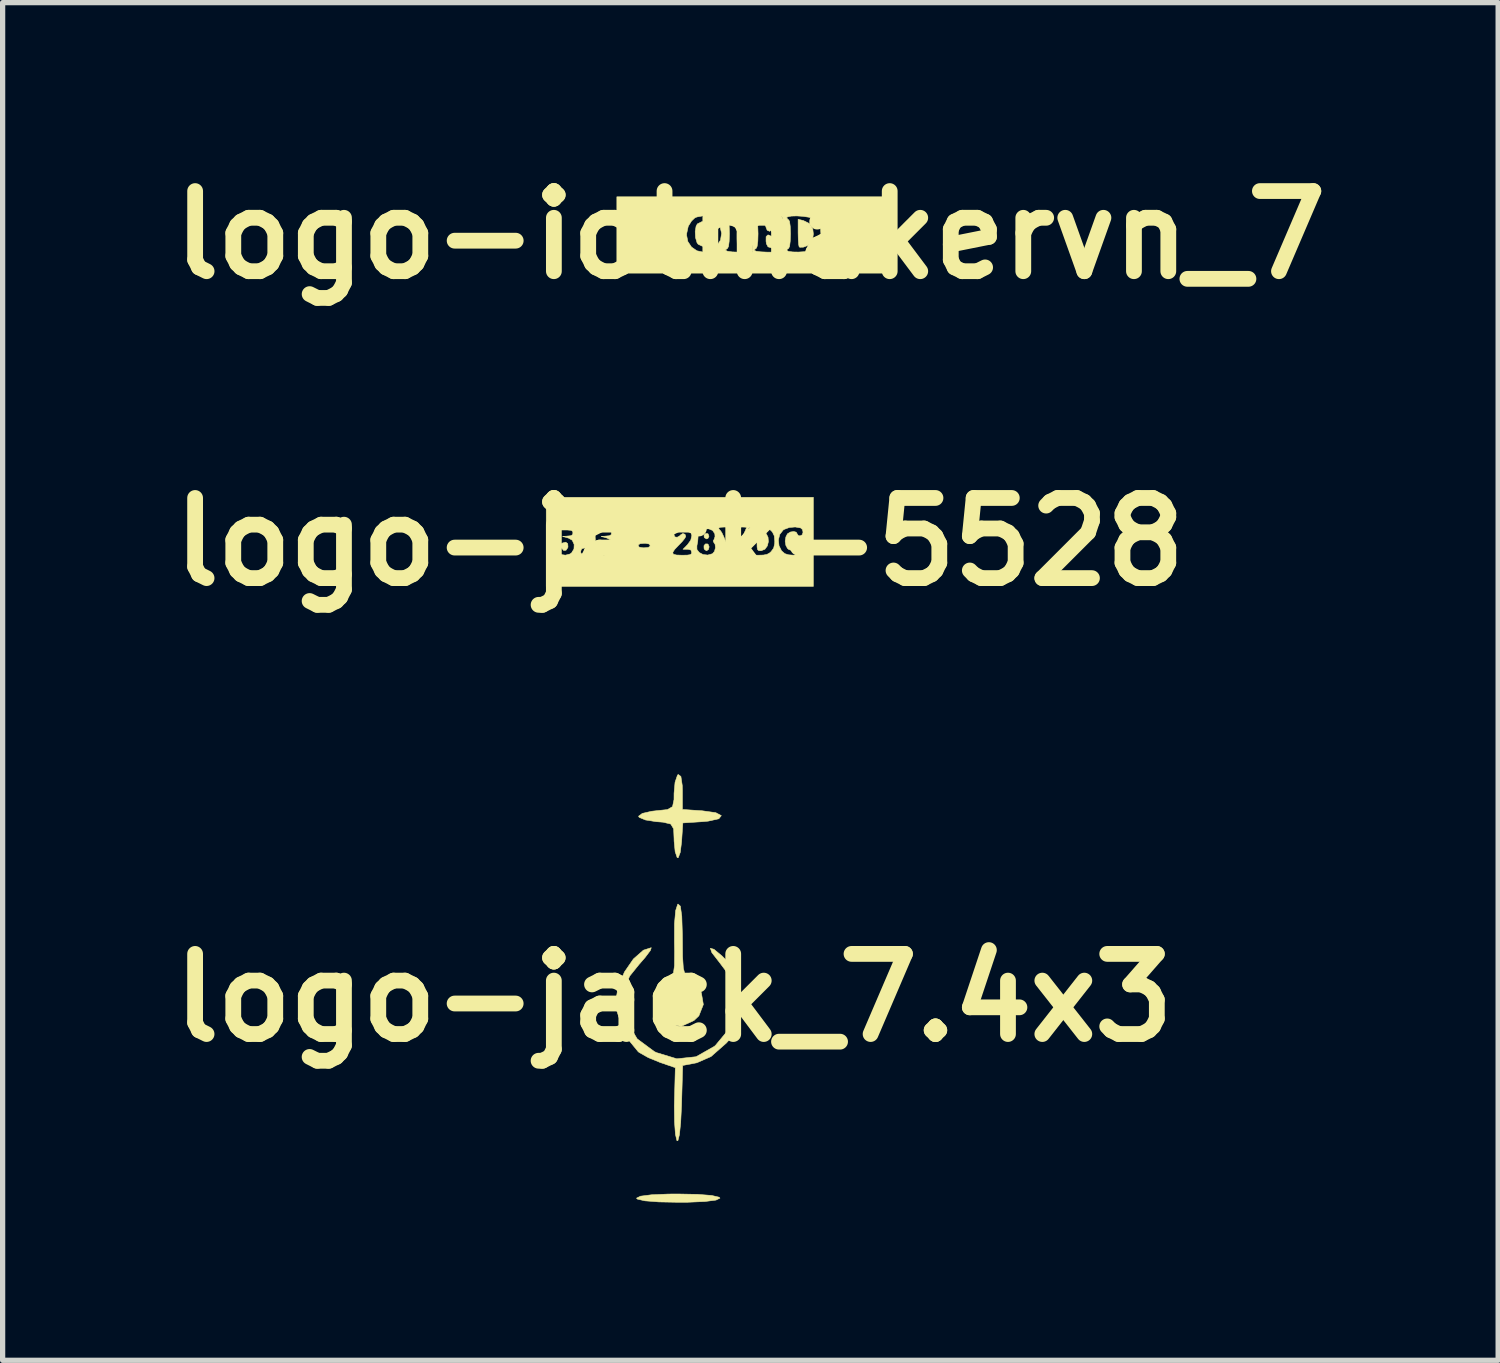
<source format=kicad_pcb>
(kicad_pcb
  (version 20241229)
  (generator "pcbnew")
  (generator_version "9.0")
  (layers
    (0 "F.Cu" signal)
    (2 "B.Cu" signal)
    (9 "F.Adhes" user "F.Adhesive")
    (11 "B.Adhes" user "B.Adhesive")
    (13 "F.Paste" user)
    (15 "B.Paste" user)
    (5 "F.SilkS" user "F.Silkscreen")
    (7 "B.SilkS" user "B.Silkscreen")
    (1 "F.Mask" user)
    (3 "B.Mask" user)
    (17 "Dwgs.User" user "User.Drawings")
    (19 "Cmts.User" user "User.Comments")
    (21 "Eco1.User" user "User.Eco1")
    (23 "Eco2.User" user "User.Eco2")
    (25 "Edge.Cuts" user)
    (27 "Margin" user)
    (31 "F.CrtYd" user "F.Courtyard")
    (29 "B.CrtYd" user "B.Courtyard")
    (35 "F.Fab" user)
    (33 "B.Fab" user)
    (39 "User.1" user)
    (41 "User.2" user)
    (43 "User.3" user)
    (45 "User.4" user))
  (footprint "logo-iotmakervn_7"
    (layer "F.Cu")
    (at 11.22 1.418)
    (property "Reference" "logo-iotmakervn_7" (at 0 0 0) (layer "F.SilkS") (effects (font (size 1.524 1.524) (thickness 0.3))))
    (attr through_hole)
    (fp_poly (pts (xy -0.823 -0.244) (xy -0.745 -0.185) (xy -0.732 -0.162) (xy -0.693 -0.031) (xy -0.713 0.08) (xy -0.746 0.137) (xy -0.823 0.201) (xy -0.915 0.214) (xy -0.993 0.177) (xy -1.015 0.148) (xy -1.044 0.05) (xy -1.05 -0.066) (xy -1.033 -0.167) (xy -1.009 -0.21) (xy -0.921 -0.254) (xy -0.823 -0.244)) (stroke (width 0.01) (type solid)) (fill yes) (layer "F.SilkS"))
    (fp_poly (pts (xy 1.007 -0.274) (xy 1.124 -0.216) (xy 1.186 -0.112) (xy 1.197 -0.018) (xy 1.183 0.081) (xy 1.152 0.152) (xy 1.089 0.201) (xy 1.008 0.232) (xy 0.941 0.234) (xy 0.927 0.226) (xy 0.917 0.182) (xy 0.91 0.086) (xy 0.907 -0.042) (xy 0.907 -0.046) (xy 0.907 -0.298) (xy 1.007 -0.274)) (stroke (width 0.01) (type solid)) (fill yes) (layer "F.SilkS"))
    (fp_poly (pts (xy 2.54 0.726) (xy -2.54 0.726) (xy -2.54 -0.008) (xy -1.216 -0.008) (xy -1.19 0.125) (xy -1.12 0.23) (xy -1.017 0.301) (xy -0.895 0.327) (xy -0.765 0.301) (xy -0.65 0.221) (xy -0.569 0.098) (xy -0.548 -0.032) (xy -0.578 -0.156) (xy -0.649 -0.261) (xy -0.74 -0.327) (xy -0.472 -0.327) (xy -0.444 -0.291) (xy -0.435 -0.29) (xy -0.417 -0.257) (xy -0.404 -0.165) (xy -0.399 -0.031) (xy -0.399 -0.018) (xy -0.404 0.119) (xy -0.416 0.215) (xy -0.434 0.254) (xy -0.435 0.254) (xy -0.471 0.282) (xy -0.472 0.29) (xy -0.438 0.309) (xy -0.348 0.322) (xy -0.218 0.327) (xy 0.036 0.327) (xy 0.036 0.218) (xy 0.021 0.137) (xy -0.012 0.11) (xy -0.049 0.146) (xy -0.062 0.181) (xy -0.111 0.242) (xy -0.168 0.254) (xy -0.212 0.25) (xy -0.237 0.228) (xy -0.25 0.173) (xy -0.254 0.069) (xy -0.254 -0.018) (xy -0.249 -0.155) (xy -0.237 -0.251) (xy -0.219 -0.29) (xy -0.218 -0.29) (xy -0.182 -0.318) (xy -0.181 -0.327) (xy 0.073 -0.327) (xy 0.1 -0.291) (xy 0.109 -0.29) (xy 0.127 -0.257) (xy 0.14 -0.165) (xy 0.145 -0.031) (xy 0.145 -0.018) (xy 0.141 0.119) (xy 0.128 0.215) (xy 0.111 0.254) (xy 0.109 0.254) (xy 0.074 0.282) (xy 0.073 0.29) (xy 0.106 0.309) (xy 0.198 0.321) (xy 0.332 0.327) (xy 0.345 0.327) (xy 0.617 0.327) (xy 0.617 0.218) (xy 0.604 0.134) (xy 0.573 0.112) (xy 0.536 0.155) (xy 0.525 0.184) (xy 0.485 0.239) (xy 0.405 0.247) (xy 0.335 0.226) (xy 0.304 0.167) (xy 0.297 0.118) (xy 0.298 0.033) (xy 0.329 0.001) (xy 0.344 0) (xy 0.406 0.029) (xy 0.422 0.054) (xy 0.457 0.106) (xy 0.488 0.093) (xy 0.506 0.023) (xy 0.508 -0.018) (xy 0.496 -0.11) (xy 0.465 -0.146) (xy 0.424 -0.119) (xy 0.417 -0.109) (xy 0.367 -0.069) (xy 0.319 -0.089) (xy 0.292 -0.158) (xy 0.29 -0.181) (xy 0.3 -0.259) (xy 0.342 -0.288) (xy 0.377 -0.29) (xy 0.452 -0.27) (xy 0.485 -0.236) (xy 0.529 -0.184) (xy 0.581 -0.19) (xy 0.614 -0.245) (xy 0.617 -0.272) (xy 0.613 -0.318) (xy 0.607 -0.327) (xy 0.689 -0.327) (xy 0.717 -0.291) (xy 0.726 -0.29) (xy 0.744 -0.257) (xy 0.757 -0.165) (xy 0.762 -0.031) (xy 0.762 -0.018) (xy 0.757 0.119) (xy 0.745 0.215) (xy 0.727 0.254) (xy 0.726 0.254) (xy 0.69 0.282) (xy 0.689 0.29) (xy 0.722 0.312) (xy 0.804 0.323) (xy 0.913 0.325) (xy 1.028 0.318) (xy 1.127 0.301) (xy 1.173 0.284) (xy 1.282 0.199) (xy 1.334 0.082) (xy 1.341 -0.006) (xy 1.332 -0.144) (xy 1.296 -0.233) (xy 1.22 -0.296) (xy 1.195 -0.31) (xy 1.113 -0.337) (xy 1.001 -0.354) (xy 0.883 -0.362) (xy 0.777 -0.359) (xy 0.707 -0.344) (xy 0.689 -0.327) (xy 0.607 -0.327) (xy 0.593 -0.345) (xy 0.54 -0.358) (xy 0.44 -0.363) (xy 0.345 -0.363) (xy 0.208 -0.358) (xy 0.112 -0.346) (xy 0.073 -0.328) (xy 0.073 -0.327) (xy -0.181 -0.327) (xy -0.214 -0.349) (xy -0.294 -0.362) (xy -0.327 -0.363) (xy -0.417 -0.355) (xy -0.468 -0.335) (xy -0.472 -0.327) (xy -0.74 -0.327) (xy -0.753 -0.336) (xy -0.879 -0.367) (xy -1.018 -0.342) (xy -1.058 -0.324) (xy -1.12 -0.265) (xy -1.178 -0.172) (xy -1.184 -0.157) (xy -1.216 -0.008) (xy -2.54 -0.008) (xy -2.54 -0.726) (xy 2.54 -0.726) (xy 2.54 0.726)) (stroke (width 0.01) (type solid)) (fill yes) (layer "F.SilkS")))
  (footprint "logo-jack_7.4x3"
    (layer "F.Cu")
    (at 9.768 15.924)
    (property "Reference" "logo-jack_7.4x3" (at 0 0 0) (layer "F.SilkS") (effects (font (size 1.524 1.524) (thickness 0.3))))
    (attr through_hole)
    (fp_poly (pts (xy 0.448 3.738) (xy 0.715 3.759) (xy 0.856 3.792) (xy 0.873 3.81) (xy 0.798 3.847) (xy 0.587 3.874) (xy 0.263 3.888) (xy 0.079 3.889) (xy -0.289 3.882) (xy -0.556 3.861) (xy -0.698 3.828) (xy -0.714 3.81) (xy -0.639 3.773) (xy -0.428 3.746) (xy -0.104 3.732) (xy 0.079 3.731) (xy 0.448 3.738)) (stroke (width 0.01) (type solid)) (fill yes) (layer "F.SilkS"))
    (fp_poly (pts (xy 0.12 -1.742) (xy 0.147 -1.55) (xy 0.158 -1.204) (xy 0.159 -1.125) (xy 0.162 -0.784) (xy 0.176 -0.565) (xy 0.211 -0.431) (xy 0.274 -0.346) (xy 0.357 -0.285) (xy 0.518 -0.1) (xy 0.557 0.128) (xy 0.472 0.343) (xy 0.379 0.432) (xy 0.136 0.544) (xy -0.072 0.507) (xy -0.186 0.41) (xy -0.301 0.188) (xy -0.297 -0.05) (xy -0.177 -0.245) (xy -0.147 -0.269) (xy -0.064 -0.343) (xy -0.015 -0.445) (xy 0.008 -0.612) (xy 0.01 -0.883) (xy 0.007 -1.06) (xy 0.008 -1.408) (xy 0.03 -1.657) (xy 0.069 -1.778) (xy 0.075 -1.783) (xy 0.12 -1.742)) (stroke (width 0.01) (type solid)) (fill yes) (layer "F.SilkS"))
    (fp_poly (pts (xy 0.13 -4.209) (xy 0.156 -4.037) (xy 0.159 -3.938) (xy 0.159 -3.581) (xy 0.536 -3.556) (xy 0.794 -3.52) (xy 0.899 -3.464) (xy 0.851 -3.404) (xy 0.648 -3.359) (xy 0.54 -3.349) (xy 0.167 -3.325) (xy 0.143 -2.965) (xy 0.118 -2.766) (xy 0.08 -2.665) (xy 0.06 -2.665) (xy 0.021 -2.778) (xy 0.001 -2.979) (xy 0 -3.025) (xy -0.008 -3.213) (xy -0.063 -3.304) (xy -0.209 -3.339) (xy -0.337 -3.349) (xy -0.543 -3.381) (xy -0.663 -3.431) (xy -0.675 -3.453) (xy -0.604 -3.506) (xy -0.426 -3.547) (xy -0.337 -3.557) (xy -0.126 -3.579) (xy -0.029 -3.635) (xy -0.001 -3.768) (xy 0 -3.889) (xy 0.019 -4.099) (xy 0.065 -4.233) (xy 0.079 -4.247) (xy 0.13 -4.209)) (stroke (width 0.01) (type solid)) (fill yes) (layer "F.SilkS"))
    (fp_poly (pts (xy -0.45 -0.9) (xy -0.552 -0.765) (xy -0.665 -0.635) (xy -0.843 -0.414) (xy -0.929 -0.22) (xy -0.952 0.018) (xy -0.953 0.048) (xy -0.891 0.46) (xy -0.701 0.781) (xy -0.376 1.022) (xy -0.336 1.042) (xy 0.053 1.16) (xy 0.418 1.121) (xy 0.764 0.925) (xy 0.786 0.907) (xy 1.04 0.6) (xy 1.158 0.239) (xy 1.139 -0.143) (xy 0.982 -0.515) (xy 0.861 -0.676) (xy 0.719 -0.859) (xy 0.69 -0.942) (xy 0.759 -0.922) (xy 0.913 -0.794) (xy 0.994 -0.713) (xy 1.128 -0.547) (xy 1.205 -0.365) (xy 1.245 -0.108) (xy 1.255 0.031) (xy 1.267 0.312) (xy 1.247 0.496) (xy 1.175 0.645) (xy 1.032 0.819) (xy 0.994 0.861) (xy 0.702 1.118) (xy 0.432 1.236) (xy 0.164 1.287) (xy 0.142 2.052) (xy 0.126 2.372) (xy 0.102 2.603) (xy 0.073 2.717) (xy 0.055 2.718) (xy 0.026 2.596) (xy 0.009 2.36) (xy 0.005 2.057) (xy 0.007 1.974) (xy 0.024 1.329) (xy -0.267 1.229) (xy -0.491 1.137) (xy -0.664 1.039) (xy -0.681 1.026) (xy -0.844 0.827) (xy -0.991 0.543) (xy -1.089 0.248) (xy -1.111 0.079) (xy -1.065 -0.204) (xy -0.943 -0.491) (xy -0.773 -0.738) (xy -0.583 -0.905) (xy -0.433 -0.953) (xy -0.45 -0.9)) (stroke (width 0.01) (type solid)) (fill yes) (layer "F.SilkS")))
  (footprint "logo-jack-5528"
    (layer "F.Cu")
    (at 9.877 7.254)
    (property "Reference" "logo-jack-5528" (at 0 0 0) (layer "F.SilkS") (effects (font (size 1.524 1.524) (thickness 0.3))))
    (attr through_hole)
    (fp_poly (pts (xy 0.532 -0.156) (xy 0.539 -0.149) (xy 0.555 -0.105) (xy 0.535 -0.065) (xy 0.508 -0.056) (xy 0.472 -0.077) (xy 0.464 -0.087) (xy 0.461 -0.13) (xy 0.491 -0.159) (xy 0.532 -0.156)) (stroke (width 0.01) (type solid)) (fill yes) (layer "F.SilkS"))
    (fp_poly (pts (xy 0.528 0.04) (xy 0.54 0.049) (xy 0.558 0.095) (xy 0.545 0.145) (xy 0.51 0.169) (xy 0.508 0.169) (xy 0.473 0.147) (xy 0.461 0.125) (xy 0.46 0.073) (xy 0.488 0.039) (xy 0.528 0.04)) (stroke (width 0.01) (type solid)) (fill yes) (layer "F.SilkS"))
    (fp_poly (pts (xy 1.575 -0.2) (xy 1.642 -0.158) (xy 1.678 -0.088) (xy 1.685 -0.004) (xy 1.665 0.077) (xy 1.619 0.14) (xy 1.548 0.169) (xy 1.537 0.169) (xy 1.5 0.166) (xy 1.479 0.147) (xy 1.47 0.1) (xy 1.468 0.011) (xy 1.468 -0.009) (xy 1.47 -0.105) (xy 1.476 -0.175) (xy 1.483 -0.204) (xy 1.519 -0.209) (xy 1.575 -0.2)) (stroke (width 0.01) (type solid)) (fill yes) (layer "F.SilkS"))
    (fp_poly (pts (xy 2.54 0.847) (xy -2.54 0.847) (xy -2.54 0.108) (xy -2.354 0.108) (xy -2.35 0.146) (xy -2.326 0.193) (xy -2.261 0.241) (xy -2.175 0.253) (xy -2.089 0.231) (xy -2.055 0.207) (xy -2.041 0.183) (xy -1.887 0.183) (xy -1.879 0.215) (xy -1.845 0.248) (xy -1.8 0.242) (xy -1.763 0.203) (xy -1.755 0.176) (xy -1.76 0.126) (xy -1.803 0.113) (xy -1.866 0.132) (xy -1.887 0.183) (xy -2.041 0.183) (xy -2.013 0.136) (xy -2.011 0.108) (xy -1.62 0.108) (xy -1.616 0.146) (xy -1.592 0.193) (xy -1.528 0.241) (xy -1.441 0.253) (xy -1.355 0.231) (xy -1.322 0.207) (xy -1.318 0.2) (xy -0.134 0.2) (xy -0.124 0.234) (xy -0.065 0.25) (xy 0.042 0.254) (xy 0.142 0.252) (xy 0.197 0.244) (xy 0.221 0.227) (xy 0.226 0.198) (xy 0.212 0.156) (xy 0.161 0.142) (xy 0.143 0.141) (xy 0.061 0.141) (xy 0.127 0.075) (xy 0.325 0.075) (xy 0.326 0.146) (xy 0.37 0.203) (xy 0.443 0.241) (xy 0.531 0.251) (xy 0.62 0.226) (xy 0.623 0.225) (xy 0.66 0.18) (xy 0.678 0.112) (xy 0.671 0.046) (xy 0.648 0.013) (xy 0.635 -0.018) (xy 0.651 -0.044) (xy 0.67 -0.1) (xy 0.666 -0.154) (xy 0.624 -0.217) (xy 0.548 -0.249) (xy 0.452 -0.244) (xy 0.426 -0.236) (xy 0.377 -0.209) (xy 0.354 -0.16) (xy 0.348 -0.098) (xy 0.341 -0.008) (xy 0.327 0.066) (xy 0.325 0.075) (xy 0.127 0.075) (xy 0.143 0.059) (xy 0.208 -0.031) (xy 0.229 -0.118) (xy 0.209 -0.191) (xy 0.151 -0.24) (xy 0.077 -0.254) (xy -0.023 -0.239) (xy -0.09 -0.197) (xy -0.113 -0.14) (xy -0.094 -0.095) (xy -0.05 -0.087) (xy 0.001 -0.116) (xy 0.014 -0.131) (xy 0.058 -0.159) (xy 0.099 -0.144) (xy 0.113 -0.103) (xy 0.094 -0.066) (xy 0.045 -0.005) (xy -0.014 0.056) (xy -0.097 0.143) (xy -0.134 0.2) (xy -1.318 0.2) (xy -1.279 0.136) (xy -1.276 0.071) (xy -0.79 0.071) (xy -0.772 0.1) (xy -0.71 0.112) (xy -0.677 0.113) (xy -0.599 0.106) (xy -0.566 0.083) (xy -0.564 0.071) (xy -0.583 0.041) (xy -0.645 0.029) (xy -0.677 0.028) (xy -0.756 0.035) (xy -0.788 0.058) (xy -0.79 0.071) (xy -1.276 0.071) (xy -1.275 0.049) (xy -1.31 -0.026) (xy -1.319 -0.036) (xy -1.384 -0.072) (xy -1.453 -0.092) (xy -1.495 -0.1) (xy -1.487 -0.105) (xy -1.425 -0.108) (xy -1.418 -0.109) (xy -1.341 -0.116) (xy -1.306 -0.135) (xy -1.298 -0.169) (xy -1.305 -0.202) (xy -1.334 -0.219) (xy -1.399 -0.225) (xy -1.453 -0.226) (xy -1.609 -0.226) (xy -1.609 -0.085) (xy -1.603 0.007) (xy -1.583 0.049) (xy -1.542 0.047) (xy -1.496 0.022) (xy -1.436 0.006) (xy -1.397 0.034) (xy -1.392 0.097) (xy -1.396 0.11) (xy -1.43 0.159) (xy -1.473 0.165) (xy -1.506 0.127) (xy -1.542 0.091) (xy -1.592 0.088) (xy -1.62 0.108) (xy -2.011 0.108) (xy -2.009 0.049) (xy -2.043 -0.026) (xy -2.053 -0.036) (xy -2.118 -0.072) (xy -2.187 -0.092) (xy -2.229 -0.1) (xy -2.221 -0.105) (xy -2.159 -0.108) (xy -2.152 -0.109) (xy -2.075 -0.116) (xy -2.04 -0.135) (xy -2.032 -0.169) (xy -2.039 -0.202) (xy -2.068 -0.219) (xy -2.133 -0.225) (xy -2.187 -0.226) (xy -2.342 -0.226) (xy -2.342 -0.085) (xy -2.337 0.007) (xy -2.317 0.049) (xy -2.276 0.047) (xy -2.23 0.022) (xy -2.169 0.006) (xy -2.131 0.034) (xy -2.126 0.097) (xy -2.13 0.11) (xy -2.163 0.159) (xy -2.207 0.165) (xy -2.24 0.127) (xy -2.276 0.091) (xy -2.326 0.088) (xy -2.354 0.108) (xy -2.54 0.108) (xy -2.54 -0.261) (xy 0.737 -0.261) (xy 0.755 -0.229) (xy 0.772 -0.215) (xy 0.799 -0.175) (xy 0.837 -0.096) (xy 0.878 0.006) (xy 0.889 0.035) (xy 0.94 0.162) (xy 0.984 0.235) (xy 1.024 0.253) (xy 1.063 0.219) (xy 1.065 0.215) (xy 1.297 0.215) (xy 1.321 0.238) (xy 1.396 0.251) (xy 1.483 0.254) (xy 1.589 0.251) (xy 1.658 0.238) (xy 1.708 0.211) (xy 1.737 0.185) (xy 1.785 0.119) (xy 1.804 0.036) (xy 1.806 -0.014) (xy 1.804 -0.036) (xy 1.875 -0.036) (xy 1.887 0.074) (xy 1.935 0.17) (xy 1.997 0.224) (xy 2.067 0.246) (xy 2.158 0.253) (xy 2.245 0.244) (xy 2.305 0.22) (xy 2.313 0.213) (xy 2.338 0.154) (xy 2.338 0.124) (xy 2.311 0.074) (xy 2.272 0.066) (xy 2.241 0.102) (xy 2.239 0.11) (xy 2.202 0.157) (xy 2.14 0.169) (xy 2.072 0.145) (xy 2.048 0.125) (xy 2.017 0.067) (xy 2.004 -0.012) (xy 2.004 -0.014) (xy 2.017 -0.093) (xy 2.047 -0.152) (xy 2.048 -0.153) (xy 2.103 -0.187) (xy 2.166 -0.197) (xy 2.214 -0.184) (xy 2.23 -0.155) (xy 2.253 -0.121) (xy 2.286 -0.113) (xy 2.328 -0.134) (xy 2.344 -0.183) (xy 2.332 -0.235) (xy 2.298 -0.265) (xy 2.195 -0.283) (xy 2.082 -0.273) (xy 1.985 -0.237) (xy 1.966 -0.225) (xy 1.901 -0.141) (xy 1.875 -0.036) (xy 1.804 -0.036) (xy 1.797 -0.113) (xy 1.763 -0.184) (xy 1.737 -0.213) (xy 1.69 -0.252) (xy 1.635 -0.273) (xy 1.554 -0.281) (xy 1.483 -0.282) (xy 1.387 -0.278) (xy 1.321 -0.268) (xy 1.298 -0.254) (xy 1.32 -0.227) (xy 1.326 -0.226) (xy 1.341 -0.2) (xy 1.351 -0.13) (xy 1.355 -0.03) (xy 1.351 0.07) (xy 1.341 0.147) (xy 1.327 0.183) (xy 1.326 0.183) (xy 1.297 0.215) (xy 1.065 0.215) (xy 1.104 0.132) (xy 1.113 0.106) (xy 1.154 -0.003) (xy 1.199 -0.111) (xy 1.218 -0.153) (xy 1.25 -0.223) (xy 1.268 -0.267) (xy 1.27 -0.273) (xy 1.245 -0.28) (xy 1.186 -0.282) (xy 1.183 -0.282) (xy 1.124 -0.276) (xy 1.109 -0.253) (xy 1.113 -0.23) (xy 1.113 -0.173) (xy 1.092 -0.092) (xy 1.079 -0.056) (xy 1.027 0.065) (xy 0.978 -0.062) (xy 0.953 -0.147) (xy 0.945 -0.216) (xy 0.948 -0.236) (xy 0.95 -0.266) (xy 0.918 -0.279) (xy 0.85 -0.282) (xy 0.767 -0.277) (xy 0.737 -0.261) (xy -2.54 -0.261) (xy -2.54 -0.847) (xy 2.54 -0.847) (xy 2.54 0.847)) (stroke (width 0.01) (type solid)) (fill yes) (layer "F.SilkS")))
  (gr_rect
    (start -3 -3)
    (end 25.439 22.818)
    (stroke (width 0.1) (type default))
    (fill no)
    (layer "Edge.Cuts")))
</source>
